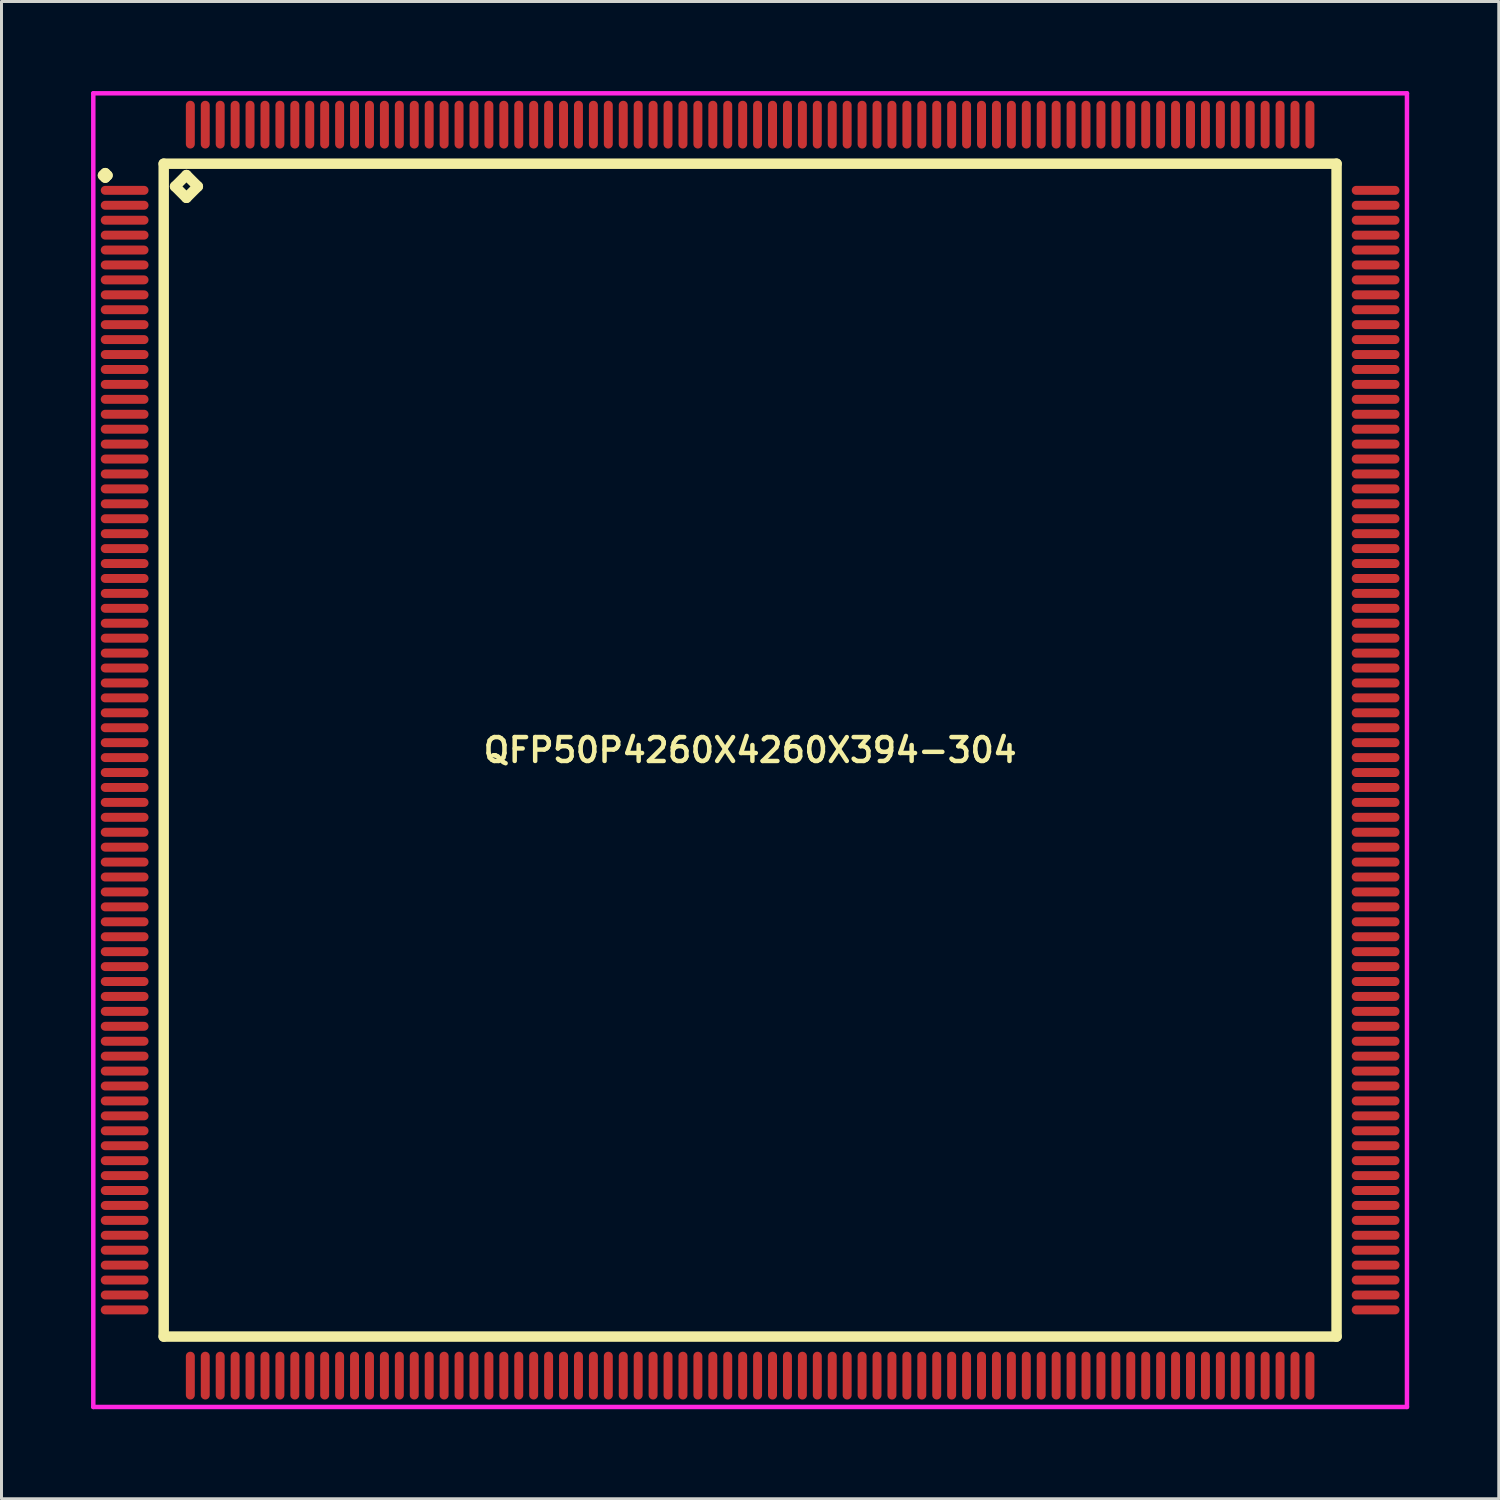
<source format=kicad_pcb>
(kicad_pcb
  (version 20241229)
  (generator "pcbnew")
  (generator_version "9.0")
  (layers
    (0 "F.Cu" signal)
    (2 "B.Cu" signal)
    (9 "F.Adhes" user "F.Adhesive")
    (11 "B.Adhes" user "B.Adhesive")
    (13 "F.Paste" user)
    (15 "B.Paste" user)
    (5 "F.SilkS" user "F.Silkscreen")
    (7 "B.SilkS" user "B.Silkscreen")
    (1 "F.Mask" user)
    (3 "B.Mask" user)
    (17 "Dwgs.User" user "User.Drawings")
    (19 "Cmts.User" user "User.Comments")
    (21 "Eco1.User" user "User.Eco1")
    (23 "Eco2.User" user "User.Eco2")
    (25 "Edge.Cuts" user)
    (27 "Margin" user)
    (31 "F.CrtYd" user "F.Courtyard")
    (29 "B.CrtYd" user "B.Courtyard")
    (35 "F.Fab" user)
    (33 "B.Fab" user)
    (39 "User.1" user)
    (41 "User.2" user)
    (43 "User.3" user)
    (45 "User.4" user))
  (footprint "QFP50P4260X4260X394-304"
    (layer "F.Cu")
    (at 22.075 22.075)
    (property "Reference" "QFP50P4260X4260X394-304" (at 0 0 0) (layer "F.SilkS") (effects (font (size 0.8 0.8) (thickness 0.15))))
    (attr smd)
    (fp_line (start -21.675 -19.25) (end -21.6 -19.325) (stroke (width 0.35) (type solid)) (layer "F.SilkS"))
    (fp_line (start -21.6 -19.325) (end -21.525 -19.25) (stroke (width 0.35) (type solid)) (layer "F.SilkS"))
    (fp_line (start -21.6 -19.175) (end -21.675 -19.25) (stroke (width 0.35) (type solid)) (layer "F.SilkS"))
    (fp_line (start -21.525 -19.25) (end -21.6 -19.175) (stroke (width 0.35) (type solid)) (layer "F.SilkS"))
    (fp_line (start -19.642 -19.642) (end -19.642 19.642) (stroke (width 0.35) (type solid)) (layer "F.SilkS"))
    (fp_line (start -19.642 19.642) (end 19.642 19.642) (stroke (width 0.35) (type solid)) (layer "F.SilkS"))
    (fp_line (start -19.261 -18.88) (end -18.88 -19.261) (stroke (width 0.35) (type solid)) (layer "F.SilkS"))
    (fp_line (start -18.88 -19.261) (end -18.499 -18.88) (stroke (width 0.35) (type solid)) (layer "F.SilkS"))
    (fp_line (start -18.88 -18.499) (end -19.261 -18.88) (stroke (width 0.35) (type solid)) (layer "F.SilkS"))
    (fp_line (start -18.499 -18.88) (end -18.88 -18.499) (stroke (width 0.35) (type solid)) (layer "F.SilkS"))
    (fp_line (start 19.642 -19.642) (end -19.642 -19.642) (stroke (width 0.35) (type solid)) (layer "F.SilkS"))
    (fp_line (start 19.642 19.642) (end 19.642 -19.642) (stroke (width 0.35) (type solid)) (layer "F.SilkS"))
    (fp_line (start -22 -22) (end 22 -22) (stroke (width 0.15) (type solid)) (layer "F.CrtYd"))
    (fp_line (start -22 22) (end -22 -22) (stroke (width 0.15) (type solid)) (layer "F.CrtYd"))
    (fp_line (start 22 -22) (end 22 22) (stroke (width 0.15) (type solid)) (layer "F.CrtYd"))
    (fp_line (start 22 22) (end -22 22) (stroke (width 0.15) (type solid)) (layer "F.CrtYd"))
    (pad "1" smd oval (at -20.95 -18.75) (size 1.6 0.3) (layers "F.Cu" "F.Mask" "F.Paste"))
    (pad "2" smd oval (at -20.95 -18.25) (size 1.6 0.3) (layers "F.Cu" "F.Mask" "F.Paste"))
    (pad "3" smd oval (at -20.95 -17.75) (size 1.6 0.3) (layers "F.Cu" "F.Mask" "F.Paste"))
    (pad "4" smd oval (at -20.95 -17.25) (size 1.6 0.3) (layers "F.Cu" "F.Mask" "F.Paste"))
    (pad "5" smd oval (at -20.95 -16.75) (size 1.6 0.3) (layers "F.Cu" "F.Mask" "F.Paste"))
    (pad "6" smd oval (at -20.95 -16.25) (size 1.6 0.3) (layers "F.Cu" "F.Mask" "F.Paste"))
    (pad "7" smd oval (at -20.95 -15.75) (size 1.6 0.3) (layers "F.Cu" "F.Mask" "F.Paste"))
    (pad "8" smd oval (at -20.95 -15.25) (size 1.6 0.3) (layers "F.Cu" "F.Mask" "F.Paste"))
    (pad "9" smd oval (at -20.95 -14.75) (size 1.6 0.3) (layers "F.Cu" "F.Mask" "F.Paste"))
    (pad "10" smd oval (at -20.95 -14.25) (size 1.6 0.3) (layers "F.Cu" "F.Mask" "F.Paste"))
    (pad "11" smd oval (at -20.95 -13.75) (size 1.6 0.3) (layers "F.Cu" "F.Mask" "F.Paste"))
    (pad "12" smd oval (at -20.95 -13.25) (size 1.6 0.3) (layers "F.Cu" "F.Mask" "F.Paste"))
    (pad "13" smd oval (at -20.95 -12.75) (size 1.6 0.3) (layers "F.Cu" "F.Mask" "F.Paste"))
    (pad "14" smd oval (at -20.95 -12.25) (size 1.6 0.3) (layers "F.Cu" "F.Mask" "F.Paste"))
    (pad "15" smd oval (at -20.95 -11.75) (size 1.6 0.3) (layers "F.Cu" "F.Mask" "F.Paste"))
    (pad "16" smd oval (at -20.95 -11.25) (size 1.6 0.3) (layers "F.Cu" "F.Mask" "F.Paste"))
    (pad "17" smd oval (at -20.95 -10.75) (size 1.6 0.3) (layers "F.Cu" "F.Mask" "F.Paste"))
    (pad "18" smd oval (at -20.95 -10.25) (size 1.6 0.3) (layers "F.Cu" "F.Mask" "F.Paste"))
    (pad "19" smd oval (at -20.95 -9.75) (size 1.6 0.3) (layers "F.Cu" "F.Mask" "F.Paste"))
    (pad "20" smd oval (at -20.95 -9.25) (size 1.6 0.3) (layers "F.Cu" "F.Mask" "F.Paste"))
    (pad "21" smd oval (at -20.95 -8.75) (size 1.6 0.3) (layers "F.Cu" "F.Mask" "F.Paste"))
    (pad "22" smd oval (at -20.95 -8.25) (size 1.6 0.3) (layers "F.Cu" "F.Mask" "F.Paste"))
    (pad "23" smd oval (at -20.95 -7.75) (size 1.6 0.3) (layers "F.Cu" "F.Mask" "F.Paste"))
    (pad "24" smd oval (at -20.95 -7.25) (size 1.6 0.3) (layers "F.Cu" "F.Mask" "F.Paste"))
    (pad "25" smd oval (at -20.95 -6.75) (size 1.6 0.3) (layers "F.Cu" "F.Mask" "F.Paste"))
    (pad "26" smd oval (at -20.95 -6.25) (size 1.6 0.3) (layers "F.Cu" "F.Mask" "F.Paste"))
    (pad "27" smd oval (at -20.95 -5.75) (size 1.6 0.3) (layers "F.Cu" "F.Mask" "F.Paste"))
    (pad "28" smd oval (at -20.95 -5.25) (size 1.6 0.3) (layers "F.Cu" "F.Mask" "F.Paste"))
    (pad "29" smd oval (at -20.95 -4.75) (size 1.6 0.3) (layers "F.Cu" "F.Mask" "F.Paste"))
    (pad "30" smd oval (at -20.95 -4.25) (size 1.6 0.3) (layers "F.Cu" "F.Mask" "F.Paste"))
    (pad "31" smd oval (at -20.95 -3.75) (size 1.6 0.3) (layers "F.Cu" "F.Mask" "F.Paste"))
    (pad "32" smd oval (at -20.95 -3.25) (size 1.6 0.3) (layers "F.Cu" "F.Mask" "F.Paste"))
    (pad "33" smd oval (at -20.95 -2.75) (size 1.6 0.3) (layers "F.Cu" "F.Mask" "F.Paste"))
    (pad "34" smd oval (at -20.95 -2.25) (size 1.6 0.3) (layers "F.Cu" "F.Mask" "F.Paste"))
    (pad "35" smd oval (at -20.95 -1.75) (size 1.6 0.3) (layers "F.Cu" "F.Mask" "F.Paste"))
    (pad "36" smd oval (at -20.95 -1.25) (size 1.6 0.3) (layers "F.Cu" "F.Mask" "F.Paste"))
    (pad "37" smd oval (at -20.95 -0.75) (size 1.6 0.3) (layers "F.Cu" "F.Mask" "F.Paste"))
    (pad "38" smd oval (at -20.95 -0.25) (size 1.6 0.3) (layers "F.Cu" "F.Mask" "F.Paste"))
    (pad "39" smd oval (at -20.95 0.25) (size 1.6 0.3) (layers "F.Cu" "F.Mask" "F.Paste"))
    (pad "40" smd oval (at -20.95 0.75) (size 1.6 0.3) (layers "F.Cu" "F.Mask" "F.Paste"))
    (pad "41" smd oval (at -20.95 1.25) (size 1.6 0.3) (layers "F.Cu" "F.Mask" "F.Paste"))
    (pad "42" smd oval (at -20.95 1.75) (size 1.6 0.3) (layers "F.Cu" "F.Mask" "F.Paste"))
    (pad "43" smd oval (at -20.95 2.25) (size 1.6 0.3) (layers "F.Cu" "F.Mask" "F.Paste"))
    (pad "44" smd oval (at -20.95 2.75) (size 1.6 0.3) (layers "F.Cu" "F.Mask" "F.Paste"))
    (pad "45" smd oval (at -20.95 3.25) (size 1.6 0.3) (layers "F.Cu" "F.Mask" "F.Paste"))
    (pad "46" smd oval (at -20.95 3.75) (size 1.6 0.3) (layers "F.Cu" "F.Mask" "F.Paste"))
    (pad "47" smd oval (at -20.95 4.25) (size 1.6 0.3) (layers "F.Cu" "F.Mask" "F.Paste"))
    (pad "48" smd oval (at -20.95 4.75) (size 1.6 0.3) (layers "F.Cu" "F.Mask" "F.Paste"))
    (pad "49" smd oval (at -20.95 5.25) (size 1.6 0.3) (layers "F.Cu" "F.Mask" "F.Paste"))
    (pad "50" smd oval (at -20.95 5.75) (size 1.6 0.3) (layers "F.Cu" "F.Mask" "F.Paste"))
    (pad "51" smd oval (at -20.95 6.25) (size 1.6 0.3) (layers "F.Cu" "F.Mask" "F.Paste"))
    (pad "52" smd oval (at -20.95 6.75) (size 1.6 0.3) (layers "F.Cu" "F.Mask" "F.Paste"))
    (pad "53" smd oval (at -20.95 7.25) (size 1.6 0.3) (layers "F.Cu" "F.Mask" "F.Paste"))
    (pad "54" smd oval (at -20.95 7.75) (size 1.6 0.3) (layers "F.Cu" "F.Mask" "F.Paste"))
    (pad "55" smd oval (at -20.95 8.25) (size 1.6 0.3) (layers "F.Cu" "F.Mask" "F.Paste"))
    (pad "56" smd oval (at -20.95 8.75) (size 1.6 0.3) (layers "F.Cu" "F.Mask" "F.Paste"))
    (pad "57" smd oval (at -20.95 9.25) (size 1.6 0.3) (layers "F.Cu" "F.Mask" "F.Paste"))
    (pad "58" smd oval (at -20.95 9.75) (size 1.6 0.3) (layers "F.Cu" "F.Mask" "F.Paste"))
    (pad "59" smd oval (at -20.95 10.25) (size 1.6 0.3) (layers "F.Cu" "F.Mask" "F.Paste"))
    (pad "60" smd oval (at -20.95 10.75) (size 1.6 0.3) (layers "F.Cu" "F.Mask" "F.Paste"))
    (pad "61" smd oval (at -20.95 11.25) (size 1.6 0.3) (layers "F.Cu" "F.Mask" "F.Paste"))
    (pad "62" smd oval (at -20.95 11.75) (size 1.6 0.3) (layers "F.Cu" "F.Mask" "F.Paste"))
    (pad "63" smd oval (at -20.95 12.25) (size 1.6 0.3) (layers "F.Cu" "F.Mask" "F.Paste"))
    (pad "64" smd oval (at -20.95 12.75) (size 1.6 0.3) (layers "F.Cu" "F.Mask" "F.Paste"))
    (pad "65" smd oval (at -20.95 13.25) (size 1.6 0.3) (layers "F.Cu" "F.Mask" "F.Paste"))
    (pad "66" smd oval (at -20.95 13.75) (size 1.6 0.3) (layers "F.Cu" "F.Mask" "F.Paste"))
    (pad "67" smd oval (at -20.95 14.25) (size 1.6 0.3) (layers "F.Cu" "F.Mask" "F.Paste"))
    (pad "68" smd oval (at -20.95 14.75) (size 1.6 0.3) (layers "F.Cu" "F.Mask" "F.Paste"))
    (pad "69" smd oval (at -20.95 15.25) (size 1.6 0.3) (layers "F.Cu" "F.Mask" "F.Paste"))
    (pad "70" smd oval (at -20.95 15.75) (size 1.6 0.3) (layers "F.Cu" "F.Mask" "F.Paste"))
    (pad "71" smd oval (at -20.95 16.25) (size 1.6 0.3) (layers "F.Cu" "F.Mask" "F.Paste"))
    (pad "72" smd oval (at -20.95 16.75) (size 1.6 0.3) (layers "F.Cu" "F.Mask" "F.Paste"))
    (pad "73" smd oval (at -20.95 17.25) (size 1.6 0.3) (layers "F.Cu" "F.Mask" "F.Paste"))
    (pad "74" smd oval (at -20.95 17.75) (size 1.6 0.3) (layers "F.Cu" "F.Mask" "F.Paste"))
    (pad "75" smd oval (at -20.95 18.25) (size 1.6 0.3) (layers "F.Cu" "F.Mask" "F.Paste"))
    (pad "76" smd oval (at -20.95 18.75) (size 1.6 0.3) (layers "F.Cu" "F.Mask" "F.Paste"))
    (pad "77" smd oval (at -18.75 20.95) (size 0.3 1.6) (layers "F.Cu" "F.Mask" "F.Paste"))
    (pad "78" smd oval (at -18.25 20.95) (size 0.3 1.6) (layers "F.Cu" "F.Mask" "F.Paste"))
    (pad "79" smd oval (at -17.75 20.95) (size 0.3 1.6) (layers "F.Cu" "F.Mask" "F.Paste"))
    (pad "80" smd oval (at -17.25 20.95) (size 0.3 1.6) (layers "F.Cu" "F.Mask" "F.Paste"))
    (pad "81" smd oval (at -16.75 20.95) (size 0.3 1.6) (layers "F.Cu" "F.Mask" "F.Paste"))
    (pad "82" smd oval (at -16.25 20.95) (size 0.3 1.6) (layers "F.Cu" "F.Mask" "F.Paste"))
    (pad "83" smd oval (at -15.75 20.95) (size 0.3 1.6) (layers "F.Cu" "F.Mask" "F.Paste"))
    (pad "84" smd oval (at -15.25 20.95) (size 0.3 1.6) (layers "F.Cu" "F.Mask" "F.Paste"))
    (pad "85" smd oval (at -14.75 20.95) (size 0.3 1.6) (layers "F.Cu" "F.Mask" "F.Paste"))
    (pad "86" smd oval (at -14.25 20.95) (size 0.3 1.6) (layers "F.Cu" "F.Mask" "F.Paste"))
    (pad "87" smd oval (at -13.75 20.95) (size 0.3 1.6) (layers "F.Cu" "F.Mask" "F.Paste"))
    (pad "88" smd oval (at -13.25 20.95) (size 0.3 1.6) (layers "F.Cu" "F.Mask" "F.Paste"))
    (pad "89" smd oval (at -12.75 20.95) (size 0.3 1.6) (layers "F.Cu" "F.Mask" "F.Paste"))
    (pad "90" smd oval (at -12.25 20.95) (size 0.3 1.6) (layers "F.Cu" "F.Mask" "F.Paste"))
    (pad "91" smd oval (at -11.75 20.95) (size 0.3 1.6) (layers "F.Cu" "F.Mask" "F.Paste"))
    (pad "92" smd oval (at -11.25 20.95) (size 0.3 1.6) (layers "F.Cu" "F.Mask" "F.Paste"))
    (pad "93" smd oval (at -10.75 20.95) (size 0.3 1.6) (layers "F.Cu" "F.Mask" "F.Paste"))
    (pad "94" smd oval (at -10.25 20.95) (size 0.3 1.6) (layers "F.Cu" "F.Mask" "F.Paste"))
    (pad "95" smd oval (at -9.75 20.95) (size 0.3 1.6) (layers "F.Cu" "F.Mask" "F.Paste"))
    (pad "96" smd oval (at -9.25 20.95) (size 0.3 1.6) (layers "F.Cu" "F.Mask" "F.Paste"))
    (pad "97" smd oval (at -8.75 20.95) (size 0.3 1.6) (layers "F.Cu" "F.Mask" "F.Paste"))
    (pad "98" smd oval (at -8.25 20.95) (size 0.3 1.6) (layers "F.Cu" "F.Mask" "F.Paste"))
    (pad "99" smd oval (at -7.75 20.95) (size 0.3 1.6) (layers "F.Cu" "F.Mask" "F.Paste"))
    (pad "100" smd oval (at -7.25 20.95) (size 0.3 1.6) (layers "F.Cu" "F.Mask" "F.Paste"))
    (pad "101" smd oval (at -6.75 20.95) (size 0.3 1.6) (layers "F.Cu" "F.Mask" "F.Paste"))
    (pad "102" smd oval (at -6.25 20.95) (size 0.3 1.6) (layers "F.Cu" "F.Mask" "F.Paste"))
    (pad "103" smd oval (at -5.75 20.95) (size 0.3 1.6) (layers "F.Cu" "F.Mask" "F.Paste"))
    (pad "104" smd oval (at -5.25 20.95) (size 0.3 1.6) (layers "F.Cu" "F.Mask" "F.Paste"))
    (pad "105" smd oval (at -4.75 20.95) (size 0.3 1.6) (layers "F.Cu" "F.Mask" "F.Paste"))
    (pad "106" smd oval (at -4.25 20.95) (size 0.3 1.6) (layers "F.Cu" "F.Mask" "F.Paste"))
    (pad "107" smd oval (at -3.75 20.95) (size 0.3 1.6) (layers "F.Cu" "F.Mask" "F.Paste"))
    (pad "108" smd oval (at -3.25 20.95) (size 0.3 1.6) (layers "F.Cu" "F.Mask" "F.Paste"))
    (pad "109" smd oval (at -2.75 20.95) (size 0.3 1.6) (layers "F.Cu" "F.Mask" "F.Paste"))
    (pad "110" smd oval (at -2.25 20.95) (size 0.3 1.6) (layers "F.Cu" "F.Mask" "F.Paste"))
    (pad "111" smd oval (at -1.75 20.95) (size 0.3 1.6) (layers "F.Cu" "F.Mask" "F.Paste"))
    (pad "112" smd oval (at -1.25 20.95) (size 0.3 1.6) (layers "F.Cu" "F.Mask" "F.Paste"))
    (pad "113" smd oval (at -0.75 20.95) (size 0.3 1.6) (layers "F.Cu" "F.Mask" "F.Paste"))
    (pad "114" smd oval (at -0.25 20.95) (size 0.3 1.6) (layers "F.Cu" "F.Mask" "F.Paste"))
    (pad "115" smd oval (at 0.25 20.95) (size 0.3 1.6) (layers "F.Cu" "F.Mask" "F.Paste"))
    (pad "116" smd oval (at 0.75 20.95) (size 0.3 1.6) (layers "F.Cu" "F.Mask" "F.Paste"))
    (pad "117" smd oval (at 1.25 20.95) (size 0.3 1.6) (layers "F.Cu" "F.Mask" "F.Paste"))
    (pad "118" smd oval (at 1.75 20.95) (size 0.3 1.6) (layers "F.Cu" "F.Mask" "F.Paste"))
    (pad "119" smd oval (at 2.25 20.95) (size 0.3 1.6) (layers "F.Cu" "F.Mask" "F.Paste"))
    (pad "120" smd oval (at 2.75 20.95) (size 0.3 1.6) (layers "F.Cu" "F.Mask" "F.Paste"))
    (pad "121" smd oval (at 3.25 20.95) (size 0.3 1.6) (layers "F.Cu" "F.Mask" "F.Paste"))
    (pad "122" smd oval (at 3.75 20.95) (size 0.3 1.6) (layers "F.Cu" "F.Mask" "F.Paste"))
    (pad "123" smd oval (at 4.25 20.95) (size 0.3 1.6) (layers "F.Cu" "F.Mask" "F.Paste"))
    (pad "124" smd oval (at 4.75 20.95) (size 0.3 1.6) (layers "F.Cu" "F.Mask" "F.Paste"))
    (pad "125" smd oval (at 5.25 20.95) (size 0.3 1.6) (layers "F.Cu" "F.Mask" "F.Paste"))
    (pad "126" smd oval (at 5.75 20.95) (size 0.3 1.6) (layers "F.Cu" "F.Mask" "F.Paste"))
    (pad "127" smd oval (at 6.25 20.95) (size 0.3 1.6) (layers "F.Cu" "F.Mask" "F.Paste"))
    (pad "128" smd oval (at 6.75 20.95) (size 0.3 1.6) (layers "F.Cu" "F.Mask" "F.Paste"))
    (pad "129" smd oval (at 7.25 20.95) (size 0.3 1.6) (layers "F.Cu" "F.Mask" "F.Paste"))
    (pad "130" smd oval (at 7.75 20.95) (size 0.3 1.6) (layers "F.Cu" "F.Mask" "F.Paste"))
    (pad "131" smd oval (at 8.25 20.95) (size 0.3 1.6) (layers "F.Cu" "F.Mask" "F.Paste"))
    (pad "132" smd oval (at 8.75 20.95) (size 0.3 1.6) (layers "F.Cu" "F.Mask" "F.Paste"))
    (pad "133" smd oval (at 9.25 20.95) (size 0.3 1.6) (layers "F.Cu" "F.Mask" "F.Paste"))
    (pad "134" smd oval (at 9.75 20.95) (size 0.3 1.6) (layers "F.Cu" "F.Mask" "F.Paste"))
    (pad "135" smd oval (at 10.25 20.95) (size 0.3 1.6) (layers "F.Cu" "F.Mask" "F.Paste"))
    (pad "136" smd oval (at 10.75 20.95) (size 0.3 1.6) (layers "F.Cu" "F.Mask" "F.Paste"))
    (pad "137" smd oval (at 11.25 20.95) (size 0.3 1.6) (layers "F.Cu" "F.Mask" "F.Paste"))
    (pad "138" smd oval (at 11.75 20.95) (size 0.3 1.6) (layers "F.Cu" "F.Mask" "F.Paste"))
    (pad "139" smd oval (at 12.25 20.95) (size 0.3 1.6) (layers "F.Cu" "F.Mask" "F.Paste"))
    (pad "140" smd oval (at 12.75 20.95) (size 0.3 1.6) (layers "F.Cu" "F.Mask" "F.Paste"))
    (pad "141" smd oval (at 13.25 20.95) (size 0.3 1.6) (layers "F.Cu" "F.Mask" "F.Paste"))
    (pad "142" smd oval (at 13.75 20.95) (size 0.3 1.6) (layers "F.Cu" "F.Mask" "F.Paste"))
    (pad "143" smd oval (at 14.25 20.95) (size 0.3 1.6) (layers "F.Cu" "F.Mask" "F.Paste"))
    (pad "144" smd oval (at 14.75 20.95) (size 0.3 1.6) (layers "F.Cu" "F.Mask" "F.Paste"))
    (pad "145" smd oval (at 15.25 20.95) (size 0.3 1.6) (layers "F.Cu" "F.Mask" "F.Paste"))
    (pad "146" smd oval (at 15.75 20.95) (size 0.3 1.6) (layers "F.Cu" "F.Mask" "F.Paste"))
    (pad "147" smd oval (at 16.25 20.95) (size 0.3 1.6) (layers "F.Cu" "F.Mask" "F.Paste"))
    (pad "148" smd oval (at 16.75 20.95) (size 0.3 1.6) (layers "F.Cu" "F.Mask" "F.Paste"))
    (pad "149" smd oval (at 17.25 20.95) (size 0.3 1.6) (layers "F.Cu" "F.Mask" "F.Paste"))
    (pad "150" smd oval (at 17.75 20.95) (size 0.3 1.6) (layers "F.Cu" "F.Mask" "F.Paste"))
    (pad "151" smd oval (at 18.25 20.95) (size 0.3 1.6) (layers "F.Cu" "F.Mask" "F.Paste"))
    (pad "152" smd oval (at 18.75 20.95) (size 0.3 1.6) (layers "F.Cu" "F.Mask" "F.Paste"))
    (pad "153" smd oval (at 20.95 18.75) (size 1.6 0.3) (layers "F.Cu" "F.Mask" "F.Paste"))
    (pad "154" smd oval (at 20.95 18.25) (size 1.6 0.3) (layers "F.Cu" "F.Mask" "F.Paste"))
    (pad "155" smd oval (at 20.95 17.75) (size 1.6 0.3) (layers "F.Cu" "F.Mask" "F.Paste"))
    (pad "156" smd oval (at 20.95 17.25) (size 1.6 0.3) (layers "F.Cu" "F.Mask" "F.Paste"))
    (pad "157" smd oval (at 20.95 16.75) (size 1.6 0.3) (layers "F.Cu" "F.Mask" "F.Paste"))
    (pad "158" smd oval (at 20.95 16.25) (size 1.6 0.3) (layers "F.Cu" "F.Mask" "F.Paste"))
    (pad "159" smd oval (at 20.95 15.75) (size 1.6 0.3) (layers "F.Cu" "F.Mask" "F.Paste"))
    (pad "160" smd oval (at 20.95 15.25) (size 1.6 0.3) (layers "F.Cu" "F.Mask" "F.Paste"))
    (pad "161" smd oval (at 20.95 14.75) (size 1.6 0.3) (layers "F.Cu" "F.Mask" "F.Paste"))
    (pad "162" smd oval (at 20.95 14.25) (size 1.6 0.3) (layers "F.Cu" "F.Mask" "F.Paste"))
    (pad "163" smd oval (at 20.95 13.75) (size 1.6 0.3) (layers "F.Cu" "F.Mask" "F.Paste"))
    (pad "164" smd oval (at 20.95 13.25) (size 1.6 0.3) (layers "F.Cu" "F.Mask" "F.Paste"))
    (pad "165" smd oval (at 20.95 12.75) (size 1.6 0.3) (layers "F.Cu" "F.Mask" "F.Paste"))
    (pad "166" smd oval (at 20.95 12.25) (size 1.6 0.3) (layers "F.Cu" "F.Mask" "F.Paste"))
    (pad "167" smd oval (at 20.95 11.75) (size 1.6 0.3) (layers "F.Cu" "F.Mask" "F.Paste"))
    (pad "168" smd oval (at 20.95 11.25) (size 1.6 0.3) (layers "F.Cu" "F.Mask" "F.Paste"))
    (pad "169" smd oval (at 20.95 10.75) (size 1.6 0.3) (layers "F.Cu" "F.Mask" "F.Paste"))
    (pad "170" smd oval (at 20.95 10.25) (size 1.6 0.3) (layers "F.Cu" "F.Mask" "F.Paste"))
    (pad "171" smd oval (at 20.95 9.75) (size 1.6 0.3) (layers "F.Cu" "F.Mask" "F.Paste"))
    (pad "172" smd oval (at 20.95 9.25) (size 1.6 0.3) (layers "F.Cu" "F.Mask" "F.Paste"))
    (pad "173" smd oval (at 20.95 8.75) (size 1.6 0.3) (layers "F.Cu" "F.Mask" "F.Paste"))
    (pad "174" smd oval (at 20.95 8.25) (size 1.6 0.3) (layers "F.Cu" "F.Mask" "F.Paste"))
    (pad "175" smd oval (at 20.95 7.75) (size 1.6 0.3) (layers "F.Cu" "F.Mask" "F.Paste"))
    (pad "176" smd oval (at 20.95 7.25) (size 1.6 0.3) (layers "F.Cu" "F.Mask" "F.Paste"))
    (pad "177" smd oval (at 20.95 6.75) (size 1.6 0.3) (layers "F.Cu" "F.Mask" "F.Paste"))
    (pad "178" smd oval (at 20.95 6.25) (size 1.6 0.3) (layers "F.Cu" "F.Mask" "F.Paste"))
    (pad "179" smd oval (at 20.95 5.75) (size 1.6 0.3) (layers "F.Cu" "F.Mask" "F.Paste"))
    (pad "180" smd oval (at 20.95 5.25) (size 1.6 0.3) (layers "F.Cu" "F.Mask" "F.Paste"))
    (pad "181" smd oval (at 20.95 4.75) (size 1.6 0.3) (layers "F.Cu" "F.Mask" "F.Paste"))
    (pad "182" smd oval (at 20.95 4.25) (size 1.6 0.3) (layers "F.Cu" "F.Mask" "F.Paste"))
    (pad "183" smd oval (at 20.95 3.75) (size 1.6 0.3) (layers "F.Cu" "F.Mask" "F.Paste"))
    (pad "184" smd oval (at 20.95 3.25) (size 1.6 0.3) (layers "F.Cu" "F.Mask" "F.Paste"))
    (pad "185" smd oval (at 20.95 2.75) (size 1.6 0.3) (layers "F.Cu" "F.Mask" "F.Paste"))
    (pad "186" smd oval (at 20.95 2.25) (size 1.6 0.3) (layers "F.Cu" "F.Mask" "F.Paste"))
    (pad "187" smd oval (at 20.95 1.75) (size 1.6 0.3) (layers "F.Cu" "F.Mask" "F.Paste"))
    (pad "188" smd oval (at 20.95 1.25) (size 1.6 0.3) (layers "F.Cu" "F.Mask" "F.Paste"))
    (pad "189" smd oval (at 20.95 0.75) (size 1.6 0.3) (layers "F.Cu" "F.Mask" "F.Paste"))
    (pad "190" smd oval (at 20.95 0.25) (size 1.6 0.3) (layers "F.Cu" "F.Mask" "F.Paste"))
    (pad "191" smd oval (at 20.95 -0.25) (size 1.6 0.3) (layers "F.Cu" "F.Mask" "F.Paste"))
    (pad "192" smd oval (at 20.95 -0.75) (size 1.6 0.3) (layers "F.Cu" "F.Mask" "F.Paste"))
    (pad "193" smd oval (at 20.95 -1.25) (size 1.6 0.3) (layers "F.Cu" "F.Mask" "F.Paste"))
    (pad "194" smd oval (at 20.95 -1.75) (size 1.6 0.3) (layers "F.Cu" "F.Mask" "F.Paste"))
    (pad "195" smd oval (at 20.95 -2.25) (size 1.6 0.3) (layers "F.Cu" "F.Mask" "F.Paste"))
    (pad "196" smd oval (at 20.95 -2.75) (size 1.6 0.3) (layers "F.Cu" "F.Mask" "F.Paste"))
    (pad "197" smd oval (at 20.95 -3.25) (size 1.6 0.3) (layers "F.Cu" "F.Mask" "F.Paste"))
    (pad "198" smd oval (at 20.95 -3.75) (size 1.6 0.3) (layers "F.Cu" "F.Mask" "F.Paste"))
    (pad "199" smd oval (at 20.95 -4.25) (size 1.6 0.3) (layers "F.Cu" "F.Mask" "F.Paste"))
    (pad "200" smd oval (at 20.95 -4.75) (size 1.6 0.3) (layers "F.Cu" "F.Mask" "F.Paste"))
    (pad "201" smd oval (at 20.95 -5.25) (size 1.6 0.3) (layers "F.Cu" "F.Mask" "F.Paste"))
    (pad "202" smd oval (at 20.95 -5.75) (size 1.6 0.3) (layers "F.Cu" "F.Mask" "F.Paste"))
    (pad "203" smd oval (at 20.95 -6.25) (size 1.6 0.3) (layers "F.Cu" "F.Mask" "F.Paste"))
    (pad "204" smd oval (at 20.95 -6.75) (size 1.6 0.3) (layers "F.Cu" "F.Mask" "F.Paste"))
    (pad "205" smd oval (at 20.95 -7.25) (size 1.6 0.3) (layers "F.Cu" "F.Mask" "F.Paste"))
    (pad "206" smd oval (at 20.95 -7.75) (size 1.6 0.3) (layers "F.Cu" "F.Mask" "F.Paste"))
    (pad "207" smd oval (at 20.95 -8.25) (size 1.6 0.3) (layers "F.Cu" "F.Mask" "F.Paste"))
    (pad "208" smd oval (at 20.95 -8.75) (size 1.6 0.3) (layers "F.Cu" "F.Mask" "F.Paste"))
    (pad "209" smd oval (at 20.95 -9.25) (size 1.6 0.3) (layers "F.Cu" "F.Mask" "F.Paste"))
    (pad "210" smd oval (at 20.95 -9.75) (size 1.6 0.3) (layers "F.Cu" "F.Mask" "F.Paste"))
    (pad "211" smd oval (at 20.95 -10.25) (size 1.6 0.3) (layers "F.Cu" "F.Mask" "F.Paste"))
    (pad "212" smd oval (at 20.95 -10.75) (size 1.6 0.3) (layers "F.Cu" "F.Mask" "F.Paste"))
    (pad "213" smd oval (at 20.95 -11.25) (size 1.6 0.3) (layers "F.Cu" "F.Mask" "F.Paste"))
    (pad "214" smd oval (at 20.95 -11.75) (size 1.6 0.3) (layers "F.Cu" "F.Mask" "F.Paste"))
    (pad "215" smd oval (at 20.95 -12.25) (size 1.6 0.3) (layers "F.Cu" "F.Mask" "F.Paste"))
    (pad "216" smd oval (at 20.95 -12.75) (size 1.6 0.3) (layers "F.Cu" "F.Mask" "F.Paste"))
    (pad "217" smd oval (at 20.95 -13.25) (size 1.6 0.3) (layers "F.Cu" "F.Mask" "F.Paste"))
    (pad "218" smd oval (at 20.95 -13.75) (size 1.6 0.3) (layers "F.Cu" "F.Mask" "F.Paste"))
    (pad "219" smd oval (at 20.95 -14.25) (size 1.6 0.3) (layers "F.Cu" "F.Mask" "F.Paste"))
    (pad "220" smd oval (at 20.95 -14.75) (size 1.6 0.3) (layers "F.Cu" "F.Mask" "F.Paste"))
    (pad "221" smd oval (at 20.95 -15.25) (size 1.6 0.3) (layers "F.Cu" "F.Mask" "F.Paste"))
    (pad "222" smd oval (at 20.95 -15.75) (size 1.6 0.3) (layers "F.Cu" "F.Mask" "F.Paste"))
    (pad "223" smd oval (at 20.95 -16.25) (size 1.6 0.3) (layers "F.Cu" "F.Mask" "F.Paste"))
    (pad "224" smd oval (at 20.95 -16.75) (size 1.6 0.3) (layers "F.Cu" "F.Mask" "F.Paste"))
    (pad "225" smd oval (at 20.95 -17.25) (size 1.6 0.3) (layers "F.Cu" "F.Mask" "F.Paste"))
    (pad "226" smd oval (at 20.95 -17.75) (size 1.6 0.3) (layers "F.Cu" "F.Mask" "F.Paste"))
    (pad "227" smd oval (at 20.95 -18.25) (size 1.6 0.3) (layers "F.Cu" "F.Mask" "F.Paste"))
    (pad "228" smd oval (at 20.95 -18.75) (size 1.6 0.3) (layers "F.Cu" "F.Mask" "F.Paste"))
    (pad "229" smd oval (at 18.75 -20.95) (size 0.3 1.6) (layers "F.Cu" "F.Mask" "F.Paste"))
    (pad "230" smd oval (at 18.25 -20.95) (size 0.3 1.6) (layers "F.Cu" "F.Mask" "F.Paste"))
    (pad "231" smd oval (at 17.75 -20.95) (size 0.3 1.6) (layers "F.Cu" "F.Mask" "F.Paste"))
    (pad "232" smd oval (at 17.25 -20.95) (size 0.3 1.6) (layers "F.Cu" "F.Mask" "F.Paste"))
    (pad "233" smd oval (at 16.75 -20.95) (size 0.3 1.6) (layers "F.Cu" "F.Mask" "F.Paste"))
    (pad "234" smd oval (at 16.25 -20.95) (size 0.3 1.6) (layers "F.Cu" "F.Mask" "F.Paste"))
    (pad "235" smd oval (at 15.75 -20.95) (size 0.3 1.6) (layers "F.Cu" "F.Mask" "F.Paste"))
    (pad "236" smd oval (at 15.25 -20.95) (size 0.3 1.6) (layers "F.Cu" "F.Mask" "F.Paste"))
    (pad "237" smd oval (at 14.75 -20.95) (size 0.3 1.6) (layers "F.Cu" "F.Mask" "F.Paste"))
    (pad "238" smd oval (at 14.25 -20.95) (size 0.3 1.6) (layers "F.Cu" "F.Mask" "F.Paste"))
    (pad "239" smd oval (at 13.75 -20.95) (size 0.3 1.6) (layers "F.Cu" "F.Mask" "F.Paste"))
    (pad "240" smd oval (at 13.25 -20.95) (size 0.3 1.6) (layers "F.Cu" "F.Mask" "F.Paste"))
    (pad "241" smd oval (at 12.75 -20.95) (size 0.3 1.6) (layers "F.Cu" "F.Mask" "F.Paste"))
    (pad "242" smd oval (at 12.25 -20.95) (size 0.3 1.6) (layers "F.Cu" "F.Mask" "F.Paste"))
    (pad "243" smd oval (at 11.75 -20.95) (size 0.3 1.6) (layers "F.Cu" "F.Mask" "F.Paste"))
    (pad "244" smd oval (at 11.25 -20.95) (size 0.3 1.6) (layers "F.Cu" "F.Mask" "F.Paste"))
    (pad "245" smd oval (at 10.75 -20.95) (size 0.3 1.6) (layers "F.Cu" "F.Mask" "F.Paste"))
    (pad "246" smd oval (at 10.25 -20.95) (size 0.3 1.6) (layers "F.Cu" "F.Mask" "F.Paste"))
    (pad "247" smd oval (at 9.75 -20.95) (size 0.3 1.6) (layers "F.Cu" "F.Mask" "F.Paste"))
    (pad "248" smd oval (at 9.25 -20.95) (size 0.3 1.6) (layers "F.Cu" "F.Mask" "F.Paste"))
    (pad "249" smd oval (at 8.75 -20.95) (size 0.3 1.6) (layers "F.Cu" "F.Mask" "F.Paste"))
    (pad "250" smd oval (at 8.25 -20.95) (size 0.3 1.6) (layers "F.Cu" "F.Mask" "F.Paste"))
    (pad "251" smd oval (at 7.75 -20.95) (size 0.3 1.6) (layers "F.Cu" "F.Mask" "F.Paste"))
    (pad "252" smd oval (at 7.25 -20.95) (size 0.3 1.6) (layers "F.Cu" "F.Mask" "F.Paste"))
    (pad "253" smd oval (at 6.75 -20.95) (size 0.3 1.6) (layers "F.Cu" "F.Mask" "F.Paste"))
    (pad "254" smd oval (at 6.25 -20.95) (size 0.3 1.6) (layers "F.Cu" "F.Mask" "F.Paste"))
    (pad "255" smd oval (at 5.75 -20.95) (size 0.3 1.6) (layers "F.Cu" "F.Mask" "F.Paste"))
    (pad "256" smd oval (at 5.25 -20.95) (size 0.3 1.6) (layers "F.Cu" "F.Mask" "F.Paste"))
    (pad "257" smd oval (at 4.75 -20.95) (size 0.3 1.6) (layers "F.Cu" "F.Mask" "F.Paste"))
    (pad "258" smd oval (at 4.25 -20.95) (size 0.3 1.6) (layers "F.Cu" "F.Mask" "F.Paste"))
    (pad "259" smd oval (at 3.75 -20.95) (size 0.3 1.6) (layers "F.Cu" "F.Mask" "F.Paste"))
    (pad "260" smd oval (at 3.25 -20.95) (size 0.3 1.6) (layers "F.Cu" "F.Mask" "F.Paste"))
    (pad "261" smd oval (at 2.75 -20.95) (size 0.3 1.6) (layers "F.Cu" "F.Mask" "F.Paste"))
    (pad "262" smd oval (at 2.25 -20.95) (size 0.3 1.6) (layers "F.Cu" "F.Mask" "F.Paste"))
    (pad "263" smd oval (at 1.75 -20.95) (size 0.3 1.6) (layers "F.Cu" "F.Mask" "F.Paste"))
    (pad "264" smd oval (at 1.25 -20.95) (size 0.3 1.6) (layers "F.Cu" "F.Mask" "F.Paste"))
    (pad "265" smd oval (at 0.75 -20.95) (size 0.3 1.6) (layers "F.Cu" "F.Mask" "F.Paste"))
    (pad "266" smd oval (at 0.25 -20.95) (size 0.3 1.6) (layers "F.Cu" "F.Mask" "F.Paste"))
    (pad "267" smd oval (at -0.25 -20.95) (size 0.3 1.6) (layers "F.Cu" "F.Mask" "F.Paste"))
    (pad "268" smd oval (at -0.75 -20.95) (size 0.3 1.6) (layers "F.Cu" "F.Mask" "F.Paste"))
    (pad "269" smd oval (at -1.25 -20.95) (size 0.3 1.6) (layers "F.Cu" "F.Mask" "F.Paste"))
    (pad "270" smd oval (at -1.75 -20.95) (size 0.3 1.6) (layers "F.Cu" "F.Mask" "F.Paste"))
    (pad "271" smd oval (at -2.25 -20.95) (size 0.3 1.6) (layers "F.Cu" "F.Mask" "F.Paste"))
    (pad "272" smd oval (at -2.75 -20.95) (size 0.3 1.6) (layers "F.Cu" "F.Mask" "F.Paste"))
    (pad "273" smd oval (at -3.25 -20.95) (size 0.3 1.6) (layers "F.Cu" "F.Mask" "F.Paste"))
    (pad "274" smd oval (at -3.75 -20.95) (size 0.3 1.6) (layers "F.Cu" "F.Mask" "F.Paste"))
    (pad "275" smd oval (at -4.25 -20.95) (size 0.3 1.6) (layers "F.Cu" "F.Mask" "F.Paste"))
    (pad "276" smd oval (at -4.75 -20.95) (size 0.3 1.6) (layers "F.Cu" "F.Mask" "F.Paste"))
    (pad "277" smd oval (at -5.25 -20.95) (size 0.3 1.6) (layers "F.Cu" "F.Mask" "F.Paste"))
    (pad "278" smd oval (at -5.75 -20.95) (size 0.3 1.6) (layers "F.Cu" "F.Mask" "F.Paste"))
    (pad "279" smd oval (at -6.25 -20.95) (size 0.3 1.6) (layers "F.Cu" "F.Mask" "F.Paste"))
    (pad "280" smd oval (at -6.75 -20.95) (size 0.3 1.6) (layers "F.Cu" "F.Mask" "F.Paste"))
    (pad "281" smd oval (at -7.25 -20.95) (size 0.3 1.6) (layers "F.Cu" "F.Mask" "F.Paste"))
    (pad "282" smd oval (at -7.75 -20.95) (size 0.3 1.6) (layers "F.Cu" "F.Mask" "F.Paste"))
    (pad "283" smd oval (at -8.25 -20.95) (size 0.3 1.6) (layers "F.Cu" "F.Mask" "F.Paste"))
    (pad "284" smd oval (at -8.75 -20.95) (size 0.3 1.6) (layers "F.Cu" "F.Mask" "F.Paste"))
    (pad "285" smd oval (at -9.25 -20.95) (size 0.3 1.6) (layers "F.Cu" "F.Mask" "F.Paste"))
    (pad "286" smd oval (at -9.75 -20.95) (size 0.3 1.6) (layers "F.Cu" "F.Mask" "F.Paste"))
    (pad "287" smd oval (at -10.25 -20.95) (size 0.3 1.6) (layers "F.Cu" "F.Mask" "F.Paste"))
    (pad "288" smd oval (at -10.75 -20.95) (size 0.3 1.6) (layers "F.Cu" "F.Mask" "F.Paste"))
    (pad "289" smd oval (at -11.25 -20.95) (size 0.3 1.6) (layers "F.Cu" "F.Mask" "F.Paste"))
    (pad "290" smd oval (at -11.75 -20.95) (size 0.3 1.6) (layers "F.Cu" "F.Mask" "F.Paste"))
    (pad "291" smd oval (at -12.25 -20.95) (size 0.3 1.6) (layers "F.Cu" "F.Mask" "F.Paste"))
    (pad "292" smd oval (at -12.75 -20.95) (size 0.3 1.6) (layers "F.Cu" "F.Mask" "F.Paste"))
    (pad "293" smd oval (at -13.25 -20.95) (size 0.3 1.6) (layers "F.Cu" "F.Mask" "F.Paste"))
    (pad "294" smd oval (at -13.75 -20.95) (size 0.3 1.6) (layers "F.Cu" "F.Mask" "F.Paste"))
    (pad "295" smd oval (at -14.25 -20.95) (size 0.3 1.6) (layers "F.Cu" "F.Mask" "F.Paste"))
    (pad "296" smd oval (at -14.75 -20.95) (size 0.3 1.6) (layers "F.Cu" "F.Mask" "F.Paste"))
    (pad "297" smd oval (at -15.25 -20.95) (size 0.3 1.6) (layers "F.Cu" "F.Mask" "F.Paste"))
    (pad "298" smd oval (at -15.75 -20.95) (size 0.3 1.6) (layers "F.Cu" "F.Mask" "F.Paste"))
    (pad "299" smd oval (at -16.25 -20.95) (size 0.3 1.6) (layers "F.Cu" "F.Mask" "F.Paste"))
    (pad "300" smd oval (at -16.75 -20.95) (size 0.3 1.6) (layers "F.Cu" "F.Mask" "F.Paste"))
    (pad "301" smd oval (at -17.25 -20.95) (size 0.3 1.6) (layers "F.Cu" "F.Mask" "F.Paste"))
    (pad "302" smd oval (at -17.75 -20.95) (size 0.3 1.6) (layers "F.Cu" "F.Mask" "F.Paste"))
    (pad "303" smd oval (at -18.25 -20.95) (size 0.3 1.6) (layers "F.Cu" "F.Mask" "F.Paste"))
    (pad "304" smd oval (at -18.75 -20.95) (size 0.3 1.6) (layers "F.Cu" "F.Mask" "F.Paste")))
  (gr_rect
    (start -3 -3)
    (end 47.15 47.15)
    (stroke (width 0.1) (type default))
    (fill no)
    (layer "Edge.Cuts")))
</source>
